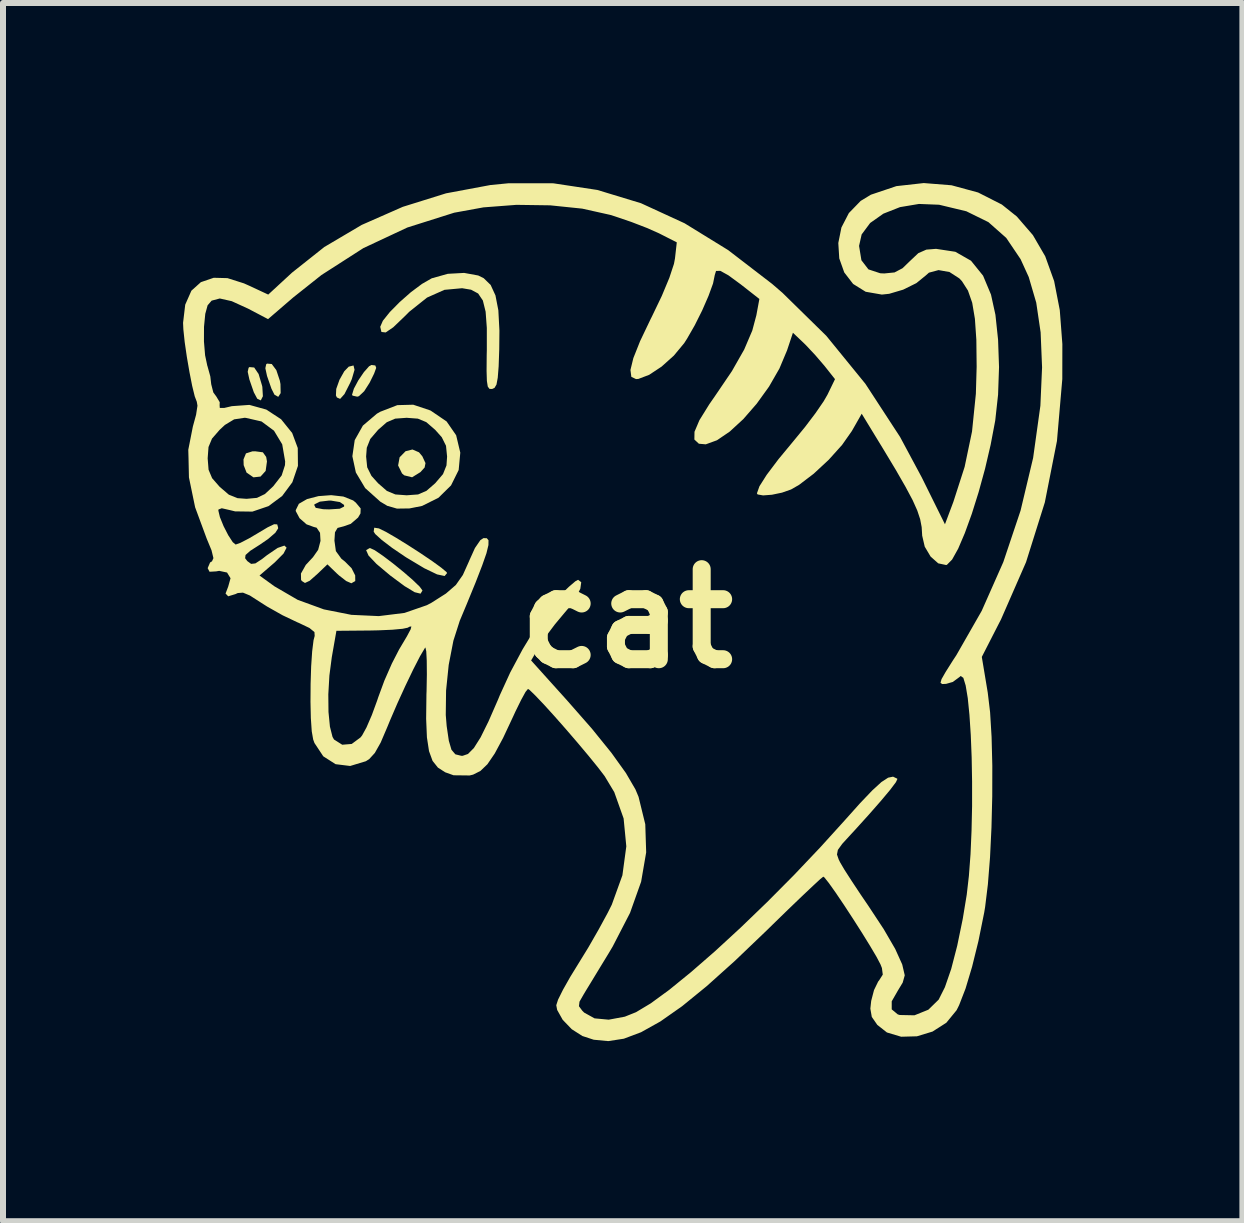
<source format=kicad_pcb>
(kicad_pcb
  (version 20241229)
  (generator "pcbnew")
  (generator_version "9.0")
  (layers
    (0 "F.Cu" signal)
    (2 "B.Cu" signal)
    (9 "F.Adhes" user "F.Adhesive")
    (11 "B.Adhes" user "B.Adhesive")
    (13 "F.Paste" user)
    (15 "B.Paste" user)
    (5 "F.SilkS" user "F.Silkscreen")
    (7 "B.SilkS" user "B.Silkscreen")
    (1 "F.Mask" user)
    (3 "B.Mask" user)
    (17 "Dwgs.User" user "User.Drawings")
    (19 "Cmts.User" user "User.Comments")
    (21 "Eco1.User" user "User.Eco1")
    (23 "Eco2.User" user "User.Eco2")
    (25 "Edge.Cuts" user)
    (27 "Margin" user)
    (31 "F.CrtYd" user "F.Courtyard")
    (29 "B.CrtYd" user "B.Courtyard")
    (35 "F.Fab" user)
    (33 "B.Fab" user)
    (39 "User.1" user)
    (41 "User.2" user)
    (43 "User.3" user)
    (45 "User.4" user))
  (footprint "cat"
    (layer "F.Cu")
    (at 7.391 7.255)
    (property "Reference" "cat" (at 0 0 0) (layer "F.SilkS") (effects (font (size 1.5 1.5) (thickness 0.3))))
    (attr board_only exclude_from_pos_files exclude_from_bom)
    (fp_poly (pts (xy -6.206 -4.182) (xy -6.132 -4.073) (xy -6.074 -3.877) (xy -6.07 -3.857) (xy -6.061 -3.703) (xy -6.096 -3.634) (xy -6.155 -3.662) (xy -6.212 -3.769) (xy -6.286 -3.983) (xy -6.314 -4.111) (xy -6.299 -4.177) (xy -6.286 -4.189)) (stroke (width 0) (type solid)) (fill yes) (layer "F.SilkS"))
    (fp_poly (pts (xy -6.061 -2.769) (xy -6.006 -2.692) (xy -5.993 -2.617) (xy -6.015 -2.459) (xy -6.1 -2.365) (xy -6.218 -2.352) (xy -6.333 -2.431) (xy -6.381 -2.555) (xy -6.384 -2.651) (xy -6.343 -2.751) (xy -6.236 -2.785) (xy -6.189 -2.786)) (stroke (width 0) (type solid)) (fill yes) (layer "F.SilkS"))
    (fp_poly (pts (xy -5.913 -4.24) (xy -5.837 -4.138) (xy -5.779 -3.964) (xy -5.768 -3.906) (xy -5.765 -3.755) (xy -5.805 -3.693) (xy -5.868 -3.729) (xy -5.918 -3.828) (xy -5.992 -4.041) (xy -6.02 -4.17) (xy -6.006 -4.236) (xy -5.992 -4.247)) (stroke (width 0) (type solid)) (fill yes) (layer "F.SilkS"))
    (fp_poly (pts (xy -4.534 -4.144) (xy -4.579 -3.99) (xy -4.606 -3.928) (xy -4.702 -3.739) (xy -4.774 -3.659) (xy -4.828 -3.683) (xy -4.844 -3.716) (xy -4.839 -3.825) (xy -4.785 -3.977) (xy -4.705 -4.119) (xy -4.631 -4.196) (xy -4.551 -4.216)) (stroke (width 0) (type solid)) (fill yes) (layer "F.SilkS"))
    (fp_poly (pts (xy -3.46 -2.769) (xy -3.404 -2.702) (xy -3.352 -2.589) (xy -3.366 -2.516) (xy -3.436 -2.439) (xy -3.575 -2.353) (xy -3.705 -2.385) (xy -3.743 -2.417) (xy -3.808 -2.55) (xy -3.783 -2.686) (xy -3.684 -2.787) (xy -3.569 -2.816)) (stroke (width 0) (type solid)) (fill yes) (layer "F.SilkS"))
    (fp_poly (pts (xy -4.188 -4.216) (xy -4.173 -4.176) (xy -4.208 -4.08) (xy -4.283 -3.928) (xy -4.373 -3.787) (xy -4.461 -3.704) (xy -4.489 -3.696) (xy -4.566 -3.713) (xy -4.576 -3.727) (xy -4.545 -3.829) (xy -4.471 -3.968) (xy -4.378 -4.105) (xy -4.292 -4.202) (xy -4.252 -4.224)) (stroke (width 0) (type solid)) (fill yes) (layer "F.SilkS"))
    (fp_poly (pts (xy -4.198 -1.138) (xy -4.063 -1.046) (xy -3.895 -0.919) (xy -3.72 -0.777) (xy -3.562 -0.64) (xy -3.448 -0.53) (xy -3.402 -0.467) (xy -3.402 -0.467) (xy -3.434 -0.414) (xy -3.532 -0.438) (xy -3.701 -0.54) (xy -3.942 -0.719) (xy -4.167 -0.908) (xy -4.301 -1.049) (xy -4.341 -1.139) (xy -4.283 -1.173) (xy -4.274 -1.173)) (stroke (width 0) (type solid)) (fill yes) (layer "F.SilkS"))
    (fp_poly (pts (xy -4.128 -1.501) (xy -4.012 -1.444) (xy -3.841 -1.345) (xy -3.639 -1.22) (xy -3.43 -1.085) (xy -3.238 -0.955) (xy -3.088 -0.846) (xy -3.002 -0.774) (xy -2.992 -0.757) (xy -3.033 -0.708) (xy -3.159 -0.735) (xy -3.371 -0.837) (xy -3.67 -1.016) (xy -3.696 -1.033) (xy -3.908 -1.177) (xy -4.08 -1.308) (xy -4.189 -1.407) (xy -4.215 -1.447) (xy -4.206 -1.513)) (stroke (width 0) (type solid)) (fill yes) (layer "F.SilkS"))
    (fp_poly (pts (xy -2.473 -5.715) (xy -2.382 -5.67) (xy -2.266 -5.557) (xy -2.186 -5.383) (xy -2.138 -5.135) (xy -2.12 -4.797) (xy -2.123 -4.488) (xy -2.133 -4.201) (xy -2.148 -4.011) (xy -2.169 -3.898) (xy -2.202 -3.842) (xy -2.242 -3.824) (xy -2.286 -3.826) (xy -2.314 -3.864) (xy -2.329 -3.958) (xy -2.334 -4.125) (xy -2.332 -4.387) (xy -2.33 -4.469) (xy -2.33 -4.841) (xy -2.35 -5.112) (xy -2.396 -5.298) (xy -2.475 -5.415) (xy -2.592 -5.478) (xy -2.742 -5.503) (xy -3.036 -5.476) (xy -3.326 -5.347) (xy -3.622 -5.111) (xy -3.701 -5.032) (xy -3.889 -4.852) (xy -4.015 -4.766) (xy -4.086 -4.774) (xy -4.106 -4.86) (xy -4.062 -4.961) (xy -3.946 -5.106) (xy -3.782 -5.272) (xy -3.596 -5.436) (xy -3.41 -5.575) (xy -3.25 -5.667) (xy -3.245 -5.669) (xy -2.98 -5.743) (xy -2.708 -5.758)) (stroke (width 0) (type solid)) (fill yes) (layer "F.SilkS"))
    (fp_poly (pts (xy -3.275 -3.468) (xy -3.26 -3.46) (xy -3 -3.283) (xy -2.841 -3.053) (xy -2.772 -2.763) (xy -2.799 -2.474) (xy -2.926 -2.218) (xy -3.135 -2.012) (xy -3.408 -1.876) (xy -3.618 -1.834) (xy -3.827 -1.831) (xy -3.988 -1.877) (xy -4.105 -1.947) (xy -4.357 -2.173) (xy -4.512 -2.433) (xy -4.569 -2.698) (xy -4.341 -2.698) (xy -4.323 -2.519) (xy -4.252 -2.376) (xy -4.141 -2.253) (xy -3.994 -2.125) (xy -3.854 -2.067) (xy -3.666 -2.053) (xy -3.475 -2.067) (xy -3.336 -2.127) (xy -3.191 -2.253) (xy -3.06 -2.406) (xy -3.002 -2.551) (xy -2.992 -2.698) (xy -3.01 -2.878) (xy -3.081 -3.021) (xy -3.191 -3.144) (xy -3.339 -3.272) (xy -3.479 -3.33) (xy -3.666 -3.344) (xy -3.857 -3.33) (xy -3.997 -3.27) (xy -4.141 -3.144) (xy -4.272 -2.991) (xy -4.33 -2.845) (xy -4.341 -2.698) (xy -4.569 -2.698) (xy -4.57 -2.705) (xy -4.531 -2.972) (xy -4.395 -3.214) (xy -4.161 -3.413) (xy -4.105 -3.445) (xy -3.821 -3.555) (xy -3.556 -3.562)) (stroke (width 0) (type solid)) (fill yes) (layer "F.SilkS"))
    (fp_poly (pts (xy -4.72 -2.032) (xy -4.557 -1.967) (xy -4.513 -1.931) (xy -4.432 -1.834) (xy -4.435 -1.751) (xy -4.475 -1.682) (xy -4.597 -1.577) (xy -4.714 -1.536) (xy -4.817 -1.509) (xy -4.86 -1.436) (xy -4.869 -1.298) (xy -4.845 -1.123) (xy -4.754 -0.997) (xy -4.693 -0.948) (xy -4.583 -0.837) (xy -4.523 -0.718) (xy -4.522 -0.624) (xy -4.587 -0.587) (xy -4.672 -0.624) (xy -4.793 -0.718) (xy -4.822 -0.744) (xy -4.986 -0.902) (xy -5.151 -0.744) (xy -5.281 -0.629) (xy -5.36 -0.592) (xy -5.412 -0.625) (xy -5.425 -0.644) (xy -5.427 -0.749) (xy -5.346 -0.893) (xy -5.226 -1.022) (xy -5.14 -1.145) (xy -5.101 -1.293) (xy -5.109 -1.428) (xy -5.166 -1.513) (xy -5.212 -1.525) (xy -5.334 -1.569) (xy -5.45 -1.671) (xy -5.512 -1.787) (xy -5.514 -1.805) (xy -5.471 -1.892) (xy -5.206 -1.892) (xy -5.181 -1.844) (xy -5.057 -1.821) (xy -4.957 -1.818) (xy -4.78 -1.829) (xy -4.708 -1.865) (xy -4.708 -1.892) (xy -4.778 -1.94) (xy -4.923 -1.964) (xy -4.957 -1.965) (xy -5.112 -1.947) (xy -5.2 -1.903) (xy -5.206 -1.892) (xy -5.471 -1.892) (xy -5.462 -1.911) (xy -5.325 -1.99) (xy -5.135 -2.039) (xy -4.923 -2.055)) (stroke (width 0) (type solid)) (fill yes) (layer "F.SilkS"))
    (fp_poly (pts (xy 5.413 -7.218) (xy 5.855 -7.098) (xy 6.251 -6.897) (xy 6.501 -6.697) (xy 6.768 -6.388) (xy 6.974 -6.034) (xy 7.122 -5.622) (xy 7.216 -5.139) (xy 7.259 -4.573) (xy 7.258 -3.989) (xy 7.169 -2.957) (xy 6.967 -1.935) (xy 6.654 -0.939) (xy 6.236 0.017) (xy 6.208 0.071) (xy 5.917 0.64) (xy 6.016 1.235) (xy 6.055 1.561) (xy 6.08 1.975) (xy 6.092 2.451) (xy 6.091 2.962) (xy 6.078 3.481) (xy 6.054 3.979) (xy 6.018 4.431) (xy 5.972 4.808) (xy 5.957 4.898) (xy 5.861 5.373) (xy 5.755 5.802) (xy 5.646 6.166) (xy 5.539 6.442) (xy 5.497 6.526) (xy 5.326 6.735) (xy 5.096 6.882) (xy 4.836 6.961) (xy 4.573 6.968) (xy 4.336 6.897) (xy 4.176 6.771) (xy 4.084 6.638) (xy 4.06 6.5) (xy 4.074 6.371) (xy 4.121 6.191) (xy 4.19 6.049) (xy 4.206 6.029) (xy 4.267 5.933) (xy 4.253 5.824) (xy 4.229 5.763) (xy 4.164 5.639) (xy 4.057 5.458) (xy 3.922 5.239) (xy 3.772 5.004) (xy 3.621 4.773) (xy 3.482 4.567) (xy 3.369 4.408) (xy 3.295 4.315) (xy 3.276 4.301) (xy 3.224 4.343) (xy 3.102 4.456) (xy 2.921 4.627) (xy 2.695 4.844) (xy 2.437 5.095) (xy 2.333 5.197) (xy 1.802 5.705) (xy 1.334 6.125) (xy 0.923 6.46) (xy 0.561 6.714) (xy 0.24 6.893) (xy -0.047 7.001) (xy -0.307 7.041) (xy -0.549 7.018) (xy -0.738 6.956) (xy -0.915 6.843) (xy -1.066 6.686) (xy -1.158 6.522) (xy -1.173 6.443) (xy -1.143 6.35) (xy -1.061 6.185) (xy -0.94 5.971) (xy -0.814 5.766) (xy -0.64 5.483) (xy -0.466 5.18) (xy -0.316 4.904) (xy -0.248 4.768) (xy -0.071 4.278) (xy -0.006 3.796) (xy -0.051 3.331) (xy -0.207 2.892) (xy -0.367 2.626) (xy -0.478 2.481) (xy -0.633 2.29) (xy -0.816 2.072) (xy -1.013 1.843) (xy -1.207 1.623) (xy -1.383 1.429) (xy -1.526 1.279) (xy -1.618 1.19) (xy -1.644 1.173) (xy -1.685 1.223) (xy -1.758 1.356) (xy -1.852 1.547) (xy -1.892 1.634) (xy -2.059 1.99) (xy -2.198 2.249) (xy -2.32 2.428) (xy -2.437 2.54) (xy -2.558 2.601) (xy -2.616 2.615) (xy -2.884 2.612) (xy -3.024 2.562) (xy -3.145 2.484) (xy -3.234 2.372) (xy -3.293 2.21) (xy -3.328 1.981) (xy -3.341 1.67) (xy -3.336 1.26) (xy -3.334 1.213) (xy -3.329 0.93) (xy -3.331 0.702) (xy -3.339 0.547) (xy -3.353 0.484) (xy -3.359 0.487) (xy -3.443 0.629) (xy -3.557 0.851) (xy -3.687 1.122) (xy -3.82 1.413) (xy -3.941 1.694) (xy -3.987 1.806) (xy -4.099 2.068) (xy -4.196 2.24) (xy -4.29 2.343) (xy -4.346 2.378) (xy -4.607 2.457) (xy -4.85 2.427) (xy -5.055 2.296) (xy -5.202 2.074) (xy -5.223 2.016) (xy -5.247 1.879) (xy -5.262 1.659) (xy -5.268 1.386) (xy -5.267 1.264) (xy -4.971 1.264) (xy -4.968 1.557) (xy -4.944 1.802) (xy -4.901 1.972) (xy -4.876 2.016) (xy -4.739 2.103) (xy -4.581 2.09) (xy -4.434 1.981) (xy -4.408 1.948) (xy -4.335 1.815) (xy -4.246 1.609) (xy -4.158 1.369) (xy -4.139 1.312) (xy -4.037 1.035) (xy -3.912 0.75) (xy -3.791 0.515) (xy -3.782 0.5) (xy -3.662 0.298) (xy -3.599 0.18) (xy -3.587 0.132) (xy -3.62 0.137) (xy -3.647 0.153) (xy -3.732 0.171) (xy -3.905 0.187) (xy -4.136 0.197) (xy -4.275 0.2) (xy -4.836 0.205) (xy -4.913 0.645) (xy -4.953 0.951) (xy -4.971 1.264) (xy -5.267 1.264) (xy -5.266 1.089) (xy -5.257 0.8) (xy -5.24 0.547) (xy -5.217 0.362) (xy -5.198 0.29) (xy -5.202 0.226) (xy -5.285 0.158) (xy -5.463 0.073) (xy -5.487 0.063) (xy -5.733 -0.054) (xy -5.99 -0.199) (xy -6.106 -0.273) (xy -6.279 -0.384) (xy -6.393 -0.431) (xy -6.481 -0.424) (xy -6.517 -0.407) (xy -6.639 -0.37) (xy -6.683 -0.416) (xy -6.638 -0.534) (xy -6.638 -0.535) (xy -6.6 -0.671) (xy -6.658 -0.766) (xy -6.789 -0.794) (xy -6.841 -0.785) (xy -6.95 -0.779) (xy -6.981 -0.839) (xy -6.941 -0.933) (xy -6.909 -0.953) (xy -6.885 -1.006) (xy -6.917 -1.137) (xy -6.998 -1.333) (xy -7.19 -1.853) (xy -7.293 -2.351) (xy -7.3 -2.669) (xy -6.981 -2.669) (xy -6.966 -2.478) (xy -6.907 -2.338) (xy -6.781 -2.194) (xy -6.628 -2.063) (xy -6.483 -2.005) (xy -6.333 -1.994) (xy -6.16 -2.01) (xy -6.027 -2.074) (xy -5.888 -2.204) (xy -5.748 -2.384) (xy -5.693 -2.555) (xy -5.69 -2.617) (xy -5.739 -2.902) (xy -5.876 -3.129) (xy -6.084 -3.283) (xy -6.346 -3.343) (xy -6.368 -3.344) (xy -6.54 -3.318) (xy -6.694 -3.225) (xy -6.781 -3.144) (xy -6.909 -2.997) (xy -6.967 -2.857) (xy -6.981 -2.669) (xy -7.3 -2.669) (xy -7.304 -2.811) (xy -7.228 -3.197) (xy -7.174 -3.395) (xy -7.151 -3.546) (xy -7.162 -3.611) (xy -7.196 -3.7) (xy -7.239 -3.875) (xy -7.284 -4.104) (xy -7.328 -4.359) (xy -7.364 -4.607) (xy -7.365 -4.617) (xy -7.043 -4.617) (xy -7.024 -4.386) (xy -6.987 -4.211) (xy -6.984 -4.204) (xy -6.937 -4.034) (xy -6.922 -3.904) (xy -6.887 -3.767) (xy -6.837 -3.699) (xy -6.78 -3.604) (xy -6.782 -3.552) (xy -6.779 -3.508) (xy -6.706 -3.508) (xy -6.578 -3.538) (xy -6.286 -3.559) (xy -6.004 -3.481) (xy -5.758 -3.32) (xy -5.573 -3.091) (xy -5.48 -2.841) (xy -5.477 -2.543) (xy -5.57 -2.27) (xy -5.74 -2.041) (xy -5.968 -1.872) (xy -6.236 -1.781) (xy -6.524 -1.785) (xy -6.606 -1.805) (xy -6.746 -1.837) (xy -6.801 -1.816) (xy -6.803 -1.798) (xy -6.777 -1.689) (xy -6.716 -1.539) (xy -6.638 -1.387) (xy -6.563 -1.272) (xy -6.515 -1.232) (xy -6.435 -1.261) (xy -6.292 -1.335) (xy -6.168 -1.408) (xy -5.982 -1.519) (xy -5.874 -1.571) (xy -5.822 -1.568) (xy -5.808 -1.517) (xy -5.807 -1.501) (xy -5.854 -1.428) (xy -5.975 -1.324) (xy -6.109 -1.232) (xy -6.273 -1.127) (xy -6.35 -1.058) (xy -6.357 -1.004) (xy -6.32 -0.956) (xy -6.257 -0.91) (xy -6.186 -0.918) (xy -6.076 -0.99) (xy -5.993 -1.055) (xy -5.815 -1.176) (xy -5.702 -1.215) (xy -5.666 -1.18) (xy -5.717 -1.082) (xy -5.863 -0.935) (xy -6.117 -0.716) (xy -5.868 -0.536) (xy -5.481 -0.311) (xy -5.045 -0.152) (xy -4.586 -0.061) (xy -4.13 -0.04) (xy -3.702 -0.093) (xy -3.329 -0.222) (xy -3.253 -0.262) (xy -3.011 -0.416) (xy -2.846 -0.559) (xy -2.729 -0.726) (xy -2.628 -0.951) (xy -2.621 -0.968) (xy -2.528 -1.174) (xy -2.438 -1.305) (xy -2.387 -1.339) (xy -2.331 -1.338) (xy -2.302 -1.304) (xy -2.303 -1.224) (xy -2.336 -1.088) (xy -2.407 -0.885) (xy -2.516 -0.603) (xy -2.668 -0.232) (xy -2.781 0.038) (xy -2.887 0.37) (xy -2.965 0.772) (xy -3.009 1.2) (xy -3.014 1.607) (xy -2.999 1.791) (xy -2.963 2.037) (xy -2.919 2.187) (xy -2.854 2.263) (xy -2.757 2.287) (xy -2.734 2.288) (xy -2.644 2.257) (xy -2.546 2.158) (xy -2.434 1.981) (xy -2.302 1.714) (xy -2.142 1.348) (xy -2.113 1.277) (xy -1.94 0.899) (xy -1.733 0.512) (xy -1.511 0.146) (xy -1.291 -0.17) (xy -1.1 -0.396) (xy -0.962 -0.529) (xy -0.855 -0.62) (xy -0.809 -0.645) (xy -0.757 -0.605) (xy -0.772 -0.497) (xy -0.848 -0.344) (xy -0.974 -0.167) (xy -1.03 -0.101) (xy -1.197 0.099) (xy -1.355 0.31) (xy -1.445 0.448) (xy -1.592 0.699) (xy -0.995 1.362) (xy -0.58 1.835) (xy -0.254 2.238) (xy -0.013 2.574) (xy 0.146 2.847) (xy 0.198 2.971) (xy 0.31 3.428) (xy 0.325 3.896) (xy 0.241 4.385) (xy 0.056 4.905) (xy -0.233 5.465) (xy -0.302 5.581) (xy -0.446 5.817) (xy -0.579 6.036) (xy -0.682 6.205) (xy -0.714 6.258) (xy -0.786 6.384) (xy -0.795 6.46) (xy -0.74 6.534) (xy -0.708 6.566) (xy -0.535 6.662) (xy -0.299 6.684) (xy -0.031 6.634) (xy 0.156 6.559) (xy 0.401 6.412) (xy 0.709 6.187) (xy 1.069 5.894) (xy 1.469 5.546) (xy 1.897 5.152) (xy 2.341 4.724) (xy 2.788 4.274) (xy 3.227 3.811) (xy 3.624 3.373) (xy 3.889 3.077) (xy 4.092 2.864) (xy 4.244 2.725) (xy 4.356 2.652) (xy 4.438 2.635) (xy 4.503 2.666) (xy 4.511 2.673) (xy 4.486 2.727) (xy 4.392 2.852) (xy 4.239 3.035) (xy 4.04 3.262) (xy 3.806 3.521) (xy 3.732 3.601) (xy 3.591 3.755) (xy 3.519 3.855) (xy 3.504 3.932) (xy 3.533 4.016) (xy 3.557 4.064) (xy 3.628 4.185) (xy 3.749 4.373) (xy 3.9 4.601) (xy 4.024 4.783) (xy 4.283 5.176) (xy 4.474 5.505) (xy 4.591 5.764) (xy 4.633 5.944) (xy 4.633 5.945) (xy 4.599 6.066) (xy 4.517 6.202) (xy 4.416 6.378) (xy 4.416 6.512) (xy 4.517 6.596) (xy 4.55 6.606) (xy 4.795 6.611) (xy 5.026 6.518) (xy 5.198 6.35) (xy 5.302 6.143) (xy 5.407 5.839) (xy 5.507 5.453) (xy 5.599 5.007) (xy 5.666 4.601) (xy 5.702 4.287) (xy 5.729 3.927) (xy 5.746 3.535) (xy 5.755 3.126) (xy 5.755 2.714) (xy 5.748 2.314) (xy 5.733 1.94) (xy 5.711 1.606) (xy 5.683 1.326) (xy 5.648 1.116) (xy 5.609 0.988) (xy 5.564 0.958) (xy 5.545 0.975) (xy 5.434 1.057) (xy 5.322 1.089) (xy 5.257 1.092) (xy 5.229 1.071) (xy 5.246 1.01) (xy 5.314 0.891) (xy 5.437 0.696) (xy 5.493 0.611) (xy 5.915 -0.127) (xy 6.275 -0.94) (xy 6.563 -1.799) (xy 6.772 -2.676) (xy 6.893 -3.545) (xy 6.921 -4.185) (xy 6.897 -4.767) (xy 6.824 -5.262) (xy 6.699 -5.689) (xy 6.563 -5.987) (xy 6.324 -6.341) (xy 6.027 -6.604) (xy 5.659 -6.785) (xy 5.205 -6.894) (xy 5.203 -6.894) (xy 4.87 -6.907) (xy 4.554 -6.854) (xy 4.277 -6.745) (xy 4.057 -6.59) (xy 3.915 -6.399) (xy 3.872 -6.208) (xy 3.911 -5.969) (xy 4.028 -5.817) (xy 4.225 -5.752) (xy 4.292 -5.749) (xy 4.463 -5.766) (xy 4.596 -5.836) (xy 4.718 -5.954) (xy 4.859 -6.087) (xy 4.993 -6.146) (xy 5.155 -6.159) (xy 5.476 -6.11) (xy 5.737 -5.961) (xy 5.938 -5.712) (xy 6.07 -5.397) (xy 6.144 -5.06) (xy 6.188 -4.645) (xy 6.204 -4.189) (xy 6.188 -3.729) (xy 6.141 -3.301) (xy 6.138 -3.284) (xy 6.064 -2.894) (xy 5.971 -2.495) (xy 5.864 -2.106) (xy 5.75 -1.743) (xy 5.634 -1.423) (xy 5.523 -1.163) (xy 5.422 -0.982) (xy 5.336 -0.895) (xy 5.323 -0.891) (xy 5.191 -0.919) (xy 5.064 -1.032) (xy 4.966 -1.197) (xy 4.923 -1.383) (xy 4.923 -1.391) (xy 4.915 -1.523) (xy 4.89 -1.654) (xy 4.842 -1.799) (xy 4.764 -1.973) (xy 4.646 -2.194) (xy 4.484 -2.476) (xy 4.268 -2.835) (xy 4.178 -2.982) (xy 3.916 -3.412) (xy 3.752 -3.124) (xy 3.589 -2.892) (xy 3.366 -2.644) (xy 3.116 -2.412) (xy 2.873 -2.227) (xy 2.739 -2.15) (xy 2.588 -2.097) (xy 2.42 -2.062) (xy 2.273 -2.051) (xy 2.182 -2.067) (xy 2.17 -2.085) (xy 2.212 -2.203) (xy 2.333 -2.394) (xy 2.529 -2.654) (xy 2.779 -2.956) (xy 2.971 -3.19) (xy 3.146 -3.421) (xy 3.282 -3.619) (xy 3.346 -3.73) (xy 3.471 -3.988) (xy 3.296 -4.209) (xy 3.144 -4.386) (xy 2.985 -4.556) (xy 2.945 -4.595) (xy 2.77 -4.761) (xy 2.672 -4.467) (xy 2.545 -4.165) (xy 2.372 -3.864) (xy 2.166 -3.578) (xy 1.944 -3.323) (xy 1.718 -3.115) (xy 1.505 -2.97) (xy 1.318 -2.902) (xy 1.203 -2.912) (xy 1.128 -2.982) (xy 1.13 -3.111) (xy 1.212 -3.304) (xy 1.377 -3.57) (xy 1.468 -3.701) (xy 1.753 -4.121) (xy 1.958 -4.481) (xy 2.093 -4.798) (xy 2.161 -5.053) (xy 2.211 -5.324) (xy 1.902 -5.566) (xy 1.695 -5.718) (xy 1.561 -5.792) (xy 1.489 -5.791) (xy 1.467 -5.72) (xy 1.467 -5.718) (xy 1.439 -5.582) (xy 1.364 -5.376) (xy 1.258 -5.133) (xy 1.134 -4.885) (xy 1.006 -4.662) (xy 0.958 -4.587) (xy 0.786 -4.38) (xy 0.582 -4.197) (xy 0.375 -4.06) (xy 0.196 -3.992) (xy 0.156 -3.989) (xy 0.078 -4.026) (xy 0.063 -4.141) (xy 0.111 -4.338) (xy 0.224 -4.622) (xy 0.403 -4.997) (xy 0.416 -5.022) (xy 0.585 -5.374) (xy 0.711 -5.676) (xy 0.788 -5.909) (xy 0.805 -6) (xy 0.835 -6.267) (xy 0.538 -6.418) (xy 0.34 -6.506) (xy 0.078 -6.607) (xy -0.201 -6.702) (xy -0.275 -6.725) (xy -0.741 -6.829) (xy -1.275 -6.884) (xy -1.836 -6.892) (xy -2.386 -6.85) (xy -2.874 -6.761) (xy -3.655 -6.514) (xy -4.387 -6.171) (xy -5.085 -5.723) (xy -5.557 -5.348) (xy -5.975 -4.988) (xy -6.308 -5.163) (xy -6.58 -5.287) (xy -6.779 -5.332) (xy -6.915 -5.296) (xy -6.982 -5.218) (xy -7.021 -5.076) (xy -7.042 -4.861) (xy -7.043 -4.617) (xy -7.365 -4.617) (xy -7.386 -4.817) (xy -7.391 -4.926) (xy -7.355 -5.229) (xy -7.252 -5.462) (xy -7.094 -5.604) (xy -6.88 -5.677) (xy -6.651 -5.671) (xy -6.377 -5.584) (xy -6.285 -5.543) (xy -5.972 -5.397) (xy -5.575 -5.763) (xy -5.037 -6.19) (xy -4.414 -6.558) (xy -3.73 -6.859) (xy -3.009 -7.084) (xy -2.271 -7.222) (xy -1.965 -7.252) (xy -1.222 -7.251) (xy -0.488 -7.14) (xy 0.239 -6.919) (xy 0.965 -6.585) (xy 1.691 -6.138) (xy 2.422 -5.576) (xy 2.596 -5.426) (xy 3.326 -4.71) (xy 3.977 -3.911) (xy 4.555 -3.025) (xy 4.915 -2.354) (xy 5.303 -1.57) (xy 5.443 -1.943) (xy 5.631 -2.527) (xy 5.754 -3.115) (xy 5.818 -3.744) (xy 5.831 -4.194) (xy 5.826 -4.643) (xy 5.802 -4.993) (xy 5.757 -5.261) (xy 5.686 -5.464) (xy 5.587 -5.619) (xy 5.542 -5.667) (xy 5.378 -5.773) (xy 5.196 -5.805) (xy 5.036 -5.762) (xy 4.983 -5.715) (xy 4.827 -5.588) (xy 4.607 -5.479) (xy 4.374 -5.41) (xy 4.252 -5.397) (xy 3.982 -5.444) (xy 3.773 -5.574) (xy 3.625 -5.766) (xy 3.542 -6) (xy 3.526 -6.256) (xy 3.578 -6.515) (xy 3.702 -6.755) (xy 3.899 -6.958) (xy 4.069 -7.061) (xy 4.494 -7.204) (xy 4.95 -7.255)) (stroke (width 0) (type solid)) (fill yes) (layer "F.SilkS")))
  (gr_rect
    (start -3 -3)
    (end 17.65 17.296)
    (stroke (width 0.1) (type default))
    (fill no)
    (layer "Edge.Cuts")))
</source>
